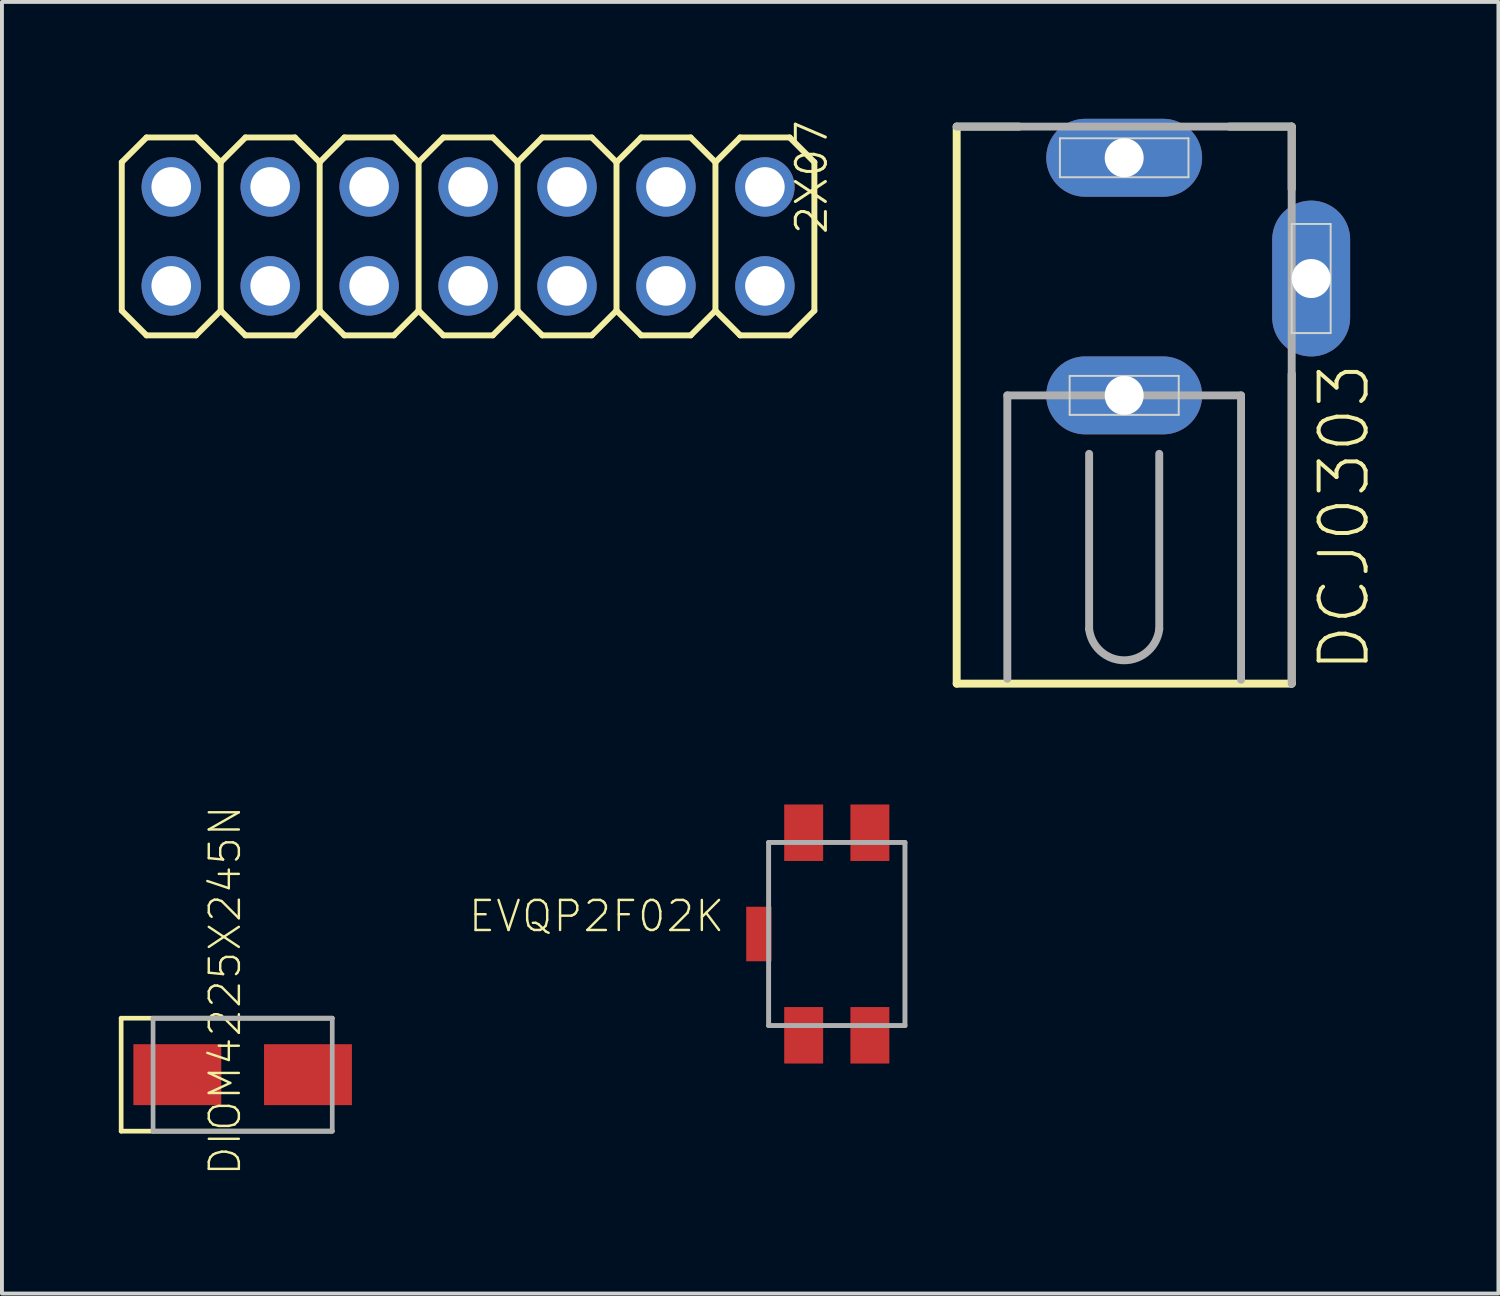
<source format=kicad_pcb>
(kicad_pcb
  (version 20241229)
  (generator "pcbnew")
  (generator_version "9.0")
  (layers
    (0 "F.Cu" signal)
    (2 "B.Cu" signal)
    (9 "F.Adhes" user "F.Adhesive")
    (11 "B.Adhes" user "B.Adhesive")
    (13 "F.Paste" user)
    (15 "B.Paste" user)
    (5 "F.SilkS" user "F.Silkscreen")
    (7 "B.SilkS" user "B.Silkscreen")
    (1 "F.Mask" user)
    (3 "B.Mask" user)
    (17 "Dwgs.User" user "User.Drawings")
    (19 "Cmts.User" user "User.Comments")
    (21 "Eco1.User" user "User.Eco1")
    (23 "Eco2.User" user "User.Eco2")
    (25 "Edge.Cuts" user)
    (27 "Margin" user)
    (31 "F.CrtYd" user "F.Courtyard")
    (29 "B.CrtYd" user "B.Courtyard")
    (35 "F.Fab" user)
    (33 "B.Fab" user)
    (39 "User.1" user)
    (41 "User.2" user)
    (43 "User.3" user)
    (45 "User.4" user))
  (footprint "DIOM4225X245N"
    (layer "F.Cu")
    (at 3.179 24.538)
    (property "Reference" "DIOM4225X245N" (at 0 -2.159 90) (layer "F.SilkS") (effects (font (size 0.772 0.772) (thickness 0.062)) (justify bottom)))
    (attr through_hole)
    (fp_line (start -3.119 -1.45) (end -3.119 1.45) (stroke (width 0.12) (type solid)) (layer "F.SilkS"))
    (fp_line (start -3.119 1.45) (end 2.3 1.45) (stroke (width 0.12) (type solid)) (layer "F.SilkS"))
    (fp_line (start 2.3 -1.45) (end -3.119 -1.45) (stroke (width 0.12) (type solid)) (layer "F.SilkS"))
    (fp_line (start -2.3 -1.45) (end 2.3 -1.45) (stroke (width 0.12) (type solid)) (layer "F.Fab"))
    (fp_line (start -2.3 1.45) (end -2.3 -1.45) (stroke (width 0.12) (type solid)) (layer "F.Fab"))
    (fp_line (start 2.3 -1.45) (end 2.3 1.45) (stroke (width 0.12) (type solid)) (layer "F.Fab"))
    (fp_line (start 2.3 1.45) (end -2.3 1.45) (stroke (width 0.12) (type solid)) (layer "F.Fab"))
    (pad "1" smd rect (at -1.677 0) (size 2.256 1.565) (layers "F.Cu" "F.Mask" "F.Paste"))
    (pad "2" smd rect (at 1.677 0) (size 2.256 1.565) (layers "F.Cu" "F.Mask" "F.Paste")))
  (footprint "DCJ0303"
    (layer "F.Cu")
    (at 25.809 4.1)
    (property "Reference" "DCJ0303" (at 6.35 10.16 90) (layer "F.SilkS") (effects (font (size 1.206 1.206) (thickness 0.102)) (justify left bottom)))
    (attr through_hole)
    (fp_line (start -4.3 -3.9) (end -4.3 10.4) (stroke (width 0.203) (type solid)) (layer "F.SilkS"))
    (fp_line (start -4.3 10.4) (end 4.3 10.4) (stroke (width 0.203) (type solid)) (layer "F.SilkS"))
    (fp_line (start -2.7 -3.9) (end -4.3 -3.9) (stroke (width 0.203) (type solid)) (layer "F.SilkS"))
    (fp_line (start 4.3 -3.9) (end 2.7 -3.9) (stroke (width 0.203) (type solid)) (layer "F.SilkS"))
    (fp_line (start 4.3 -2.3) (end 4.3 -3.9) (stroke (width 0.203) (type solid)) (layer "F.SilkS"))
    (fp_line (start 4.3 10.4) (end 4.3 2.45) (stroke (width 0.203) (type solid)) (layer "F.SilkS"))
    (fp_line (start -1.65 -3.6) (end 1.65 -3.6) (stroke (width 0.05) (type solid)) (layer "Edge.Cuts"))
    (fp_line (start -1.65 -2.6) (end -1.65 -3.6) (stroke (width 0.05) (type solid)) (layer "Edge.Cuts"))
    (fp_line (start -1.4 2.5) (end 1.4 2.5) (stroke (width 0.05) (type solid)) (layer "Edge.Cuts"))
    (fp_line (start -1.4 3.5) (end -1.4 2.5) (stroke (width 0.05) (type solid)) (layer "Edge.Cuts"))
    (fp_line (start 1.4 2.5) (end 1.4 3.5) (stroke (width 0.05) (type solid)) (layer "Edge.Cuts"))
    (fp_line (start 1.4 3.5) (end -1.4 3.5) (stroke (width 0.05) (type solid)) (layer "Edge.Cuts"))
    (fp_line (start 1.65 -3.6) (end 1.65 -2.6) (stroke (width 0.05) (type solid)) (layer "Edge.Cuts"))
    (fp_line (start 1.65 -2.6) (end -1.65 -2.6) (stroke (width 0.05) (type solid)) (layer "Edge.Cuts"))
    (fp_line (start 4.3 -1.4) (end 4.3 1.4) (stroke (width 0.05) (type solid)) (layer "Edge.Cuts"))
    (fp_line (start 4.3 1.4) (end 5.3 1.4) (stroke (width 0.05) (type solid)) (layer "Edge.Cuts"))
    (fp_line (start 5.3 -1.4) (end 4.3 -1.4) (stroke (width 0.05) (type solid)) (layer "Edge.Cuts"))
    (fp_line (start 5.3 1.4) (end 5.3 -1.4) (stroke (width 0.05) (type solid)) (layer "Edge.Cuts"))
    (fp_line (start -3 10.275) (end -3 3) (stroke (width 0.203) (type solid)) (layer "F.Fab"))
    (fp_line (start -0.9 9) (end -0.9 4.5) (stroke (width 0.203) (type solid)) (layer "F.Fab"))
    (fp_line (start 0.9 9) (end 0.9 4.5) (stroke (width 0.203) (type solid)) (layer "F.Fab"))
    (fp_line (start 3 3) (end -3 3) (stroke (width 0.203) (type solid)) (layer "F.Fab"))
    (fp_line (start 3 10.3) (end 3 3) (stroke (width 0.203) (type solid)) (layer "F.Fab"))
    (fp_line (start 4.3 -3.9) (end -4.3 -3.9) (stroke (width 0.203) (type solid)) (layer "F.Fab"))
    (fp_line (start 4.3 10.4) (end 4.3 -3.9) (stroke (width 0.203) (type solid)) (layer "F.Fab"))
    (fp_arc (start 0.9 8.999998) (mid 0.000001 9.800308) (end -0.9 9) (stroke (width 0.2032) (type solid)) (layer "F.Fab"))
    (pad "1" thru_hole oval (at 0 -3.1 180) (size 4 2) (drill 1) (layers "*.Cu" "*.Mask"))
    (pad "2" thru_hole oval (at 4.8 0 90) (size 4 2) (drill 1) (layers "*.Cu" "*.Mask"))
    (pad "3" thru_hole oval (at 0 3 180) (size 4 2) (drill 1) (layers "*.Cu" "*.Mask")))
  (footprint "EVQP2F02K"
    (layer "F.Cu")
    (at 18.431 20.927)
    (property "Reference" "EVQP2F02K" (at -2.835 -0.006 0) (layer "F.SilkS") (effects (font (size 0.772 0.772) (thickness 0.062)) (justify right bottom)))
    (attr through_hole)
    (fp_line (start -1.75 -2.35) (end 1.75 -2.35) (stroke (width 0.127) (type solid)) (layer "F.Fab"))
    (fp_line (start -1.75 2.35) (end -1.75 -2.35) (stroke (width 0.127) (type solid)) (layer "F.Fab"))
    (fp_line (start 1.75 -2.35) (end 1.75 2.35) (stroke (width 0.127) (type solid)) (layer "F.Fab"))
    (fp_line (start 1.75 2.35) (end -1.75 2.35) (stroke (width 0.127) (type solid)) (layer "F.Fab"))
    (pad "1" smd rect (at -0.85 -2.6 90) (size 1.45 1) (layers "F.Cu" "F.Mask" "F.Paste"))
    (pad "2" smd rect (at -0.85 2.6 90) (size 1.45 1) (layers "F.Cu" "F.Mask" "F.Paste"))
    (pad "3" smd rect (at 0.85 -2.6 90) (size 1.45 1) (layers "F.Cu" "F.Mask" "F.Paste"))
    (pad "4" smd rect (at 0.85 2.6 90) (size 1.45 1) (layers "F.Cu" "F.Mask" "F.Paste"))
    (pad "5" smd rect (at -2 0 90) (size 1.4 0.65) (layers "F.Cu" "F.Mask" "F.Paste")))
  (footprint "2X07"
    (layer "F.Cu")
    (at 8.966 3.019)
    (property "Reference" "2X07" (at 9.271 0 90) (layer "F.SilkS") (effects (font (size 0.772 0.772) (thickness 0.077)) (justify left bottom)))
    (attr through_hole)
    (fp_line (start -8.89 -1.905) (end -8.255 -2.54) (stroke (width 0.152) (type solid)) (layer "F.SilkS"))
    (fp_line (start -8.89 1.905) (end -8.89 -1.905) (stroke (width 0.152) (type solid)) (layer "F.SilkS"))
    (fp_line (start -8.89 1.905) (end -8.255 2.54) (stroke (width 0.152) (type solid)) (layer "F.SilkS"))
    (fp_line (start -8.255 -2.54) (end -6.985 -2.54) (stroke (width 0.152) (type solid)) (layer "F.SilkS"))
    (fp_line (start -8.255 2.54) (end -6.985 2.54) (stroke (width 0.152) (type solid)) (layer "F.SilkS"))
    (fp_line (start -6.985 -2.54) (end -6.35 -1.905) (stroke (width 0.152) (type solid)) (layer "F.SilkS"))
    (fp_line (start -6.985 2.54) (end -6.35 1.905) (stroke (width 0.152) (type solid)) (layer "F.SilkS"))
    (fp_line (start -6.35 -1.905) (end -6.35 1.905) (stroke (width 0.152) (type solid)) (layer "F.SilkS"))
    (fp_line (start -6.35 -1.905) (end -5.715 -2.54) (stroke (width 0.152) (type solid)) (layer "F.SilkS"))
    (fp_line (start -6.35 1.905) (end -5.715 2.54) (stroke (width 0.152) (type solid)) (layer "F.SilkS"))
    (fp_line (start -5.715 -2.54) (end -4.445 -2.54) (stroke (width 0.152) (type solid)) (layer "F.SilkS"))
    (fp_line (start -5.715 2.54) (end -4.445 2.54) (stroke (width 0.152) (type solid)) (layer "F.SilkS"))
    (fp_line (start -4.445 -2.54) (end -3.81 -1.905) (stroke (width 0.152) (type solid)) (layer "F.SilkS"))
    (fp_line (start -4.445 2.54) (end -3.81 1.905) (stroke (width 0.152) (type solid)) (layer "F.SilkS"))
    (fp_line (start -3.81 -1.905) (end -3.81 1.905) (stroke (width 0.152) (type solid)) (layer "F.SilkS"))
    (fp_line (start -3.81 -1.905) (end -3.175 -2.54) (stroke (width 0.152) (type solid)) (layer "F.SilkS"))
    (fp_line (start -3.81 1.905) (end -3.175 2.54) (stroke (width 0.152) (type solid)) (layer "F.SilkS"))
    (fp_line (start -3.175 -2.54) (end -1.905 -2.54) (stroke (width 0.152) (type solid)) (layer "F.SilkS"))
    (fp_line (start -3.175 2.54) (end -1.905 2.54) (stroke (width 0.152) (type solid)) (layer "F.SilkS"))
    (fp_line (start -1.905 -2.54) (end -1.27 -1.905) (stroke (width 0.152) (type solid)) (layer "F.SilkS"))
    (fp_line (start -1.905 2.54) (end -1.27 1.905) (stroke (width 0.152) (type solid)) (layer "F.SilkS"))
    (fp_line (start -1.27 -1.905) (end -1.27 1.905) (stroke (width 0.152) (type solid)) (layer "F.SilkS"))
    (fp_line (start -1.27 -1.905) (end -0.635 -2.54) (stroke (width 0.152) (type solid)) (layer "F.SilkS"))
    (fp_line (start -1.27 1.905) (end -0.635 2.54) (stroke (width 0.152) (type solid)) (layer "F.SilkS"))
    (fp_line (start -0.635 -2.54) (end 0.635 -2.54) (stroke (width 0.152) (type solid)) (layer "F.SilkS"))
    (fp_line (start -0.635 2.54) (end 0.635 2.54) (stroke (width 0.152) (type solid)) (layer "F.SilkS"))
    (fp_line (start 0.635 -2.54) (end 1.27 -1.905) (stroke (width 0.152) (type solid)) (layer "F.SilkS"))
    (fp_line (start 0.635 2.54) (end 1.27 1.905) (stroke (width 0.152) (type solid)) (layer "F.SilkS"))
    (fp_line (start 1.27 -1.905) (end 1.27 1.905) (stroke (width 0.152) (type solid)) (layer "F.SilkS"))
    (fp_line (start 1.27 -1.905) (end 1.905 -2.54) (stroke (width 0.152) (type solid)) (layer "F.SilkS"))
    (fp_line (start 1.27 1.905) (end 1.905 2.54) (stroke (width 0.152) (type solid)) (layer "F.SilkS"))
    (fp_line (start 1.905 -2.54) (end 3.175 -2.54) (stroke (width 0.152) (type solid)) (layer "F.SilkS"))
    (fp_line (start 1.905 2.54) (end 3.175 2.54) (stroke (width 0.152) (type solid)) (layer "F.SilkS"))
    (fp_line (start 3.175 -2.54) (end 3.81 -1.905) (stroke (width 0.152) (type solid)) (layer "F.SilkS"))
    (fp_line (start 3.175 2.54) (end 3.81 1.905) (stroke (width 0.152) (type solid)) (layer "F.SilkS"))
    (fp_line (start 3.81 -1.905) (end 3.81 1.905) (stroke (width 0.152) (type solid)) (layer "F.SilkS"))
    (fp_line (start 3.81 -1.905) (end 4.445 -2.54) (stroke (width 0.152) (type solid)) (layer "F.SilkS"))
    (fp_line (start 3.81 1.905) (end 4.445 2.54) (stroke (width 0.152) (type solid)) (layer "F.SilkS"))
    (fp_line (start 4.445 -2.54) (end 5.715 -2.54) (stroke (width 0.152) (type solid)) (layer "F.SilkS"))
    (fp_line (start 4.445 2.54) (end 5.715 2.54) (stroke (width 0.152) (type solid)) (layer "F.SilkS"))
    (fp_line (start 5.715 -2.54) (end 6.35 -1.905) (stroke (width 0.152) (type solid)) (layer "F.SilkS"))
    (fp_line (start 5.715 2.54) (end 6.35 1.905) (stroke (width 0.152) (type solid)) (layer "F.SilkS"))
    (fp_line (start 6.35 -1.905) (end 6.35 1.905) (stroke (width 0.152) (type solid)) (layer "F.SilkS"))
    (fp_line (start 6.35 -1.905) (end 6.985 -2.54) (stroke (width 0.152) (type solid)) (layer "F.SilkS"))
    (fp_line (start 6.35 1.905) (end 6.985 2.54) (stroke (width 0.152) (type solid)) (layer "F.SilkS"))
    (fp_line (start 6.985 -2.54) (end 8.255 -2.54) (stroke (width 0.152) (type solid)) (layer "F.SilkS"))
    (fp_line (start 6.985 2.54) (end 8.255 2.54) (stroke (width 0.152) (type solid)) (layer "F.SilkS"))
    (fp_line (start 8.255 -2.54) (end 8.89 -1.905) (stroke (width 0.152) (type solid)) (layer "F.SilkS"))
    (fp_line (start 8.255 2.54) (end 8.89 1.905) (stroke (width 0.152) (type solid)) (layer "F.SilkS"))
    (fp_line (start 8.89 -1.905) (end 8.89 1.905) (stroke (width 0.152) (type solid)) (layer "F.SilkS"))
    (fp_poly (pts (xy -7.874 -1.016) (xy -7.366 -1.016) (xy -7.366 -1.524) (xy -7.874 -1.524)) (stroke (width 0.1) (type solid)) (fill no) (layer "F.Fab"))
    (fp_poly (pts (xy -7.874 1.524) (xy -7.366 1.524) (xy -7.366 1.016) (xy -7.874 1.016)) (stroke (width 0.1) (type solid)) (fill no) (layer "F.Fab"))
    (fp_poly (pts (xy -5.334 -1.016) (xy -4.826 -1.016) (xy -4.826 -1.524) (xy -5.334 -1.524)) (stroke (width 0.1) (type solid)) (fill no) (layer "F.Fab"))
    (fp_poly (pts (xy -5.334 1.524) (xy -4.826 1.524) (xy -4.826 1.016) (xy -5.334 1.016)) (stroke (width 0.1) (type solid)) (fill no) (layer "F.Fab"))
    (fp_poly (pts (xy -2.794 -1.016) (xy -2.286 -1.016) (xy -2.286 -1.524) (xy -2.794 -1.524)) (stroke (width 0.1) (type solid)) (fill no) (layer "F.Fab"))
    (fp_poly (pts (xy -2.794 1.524) (xy -2.286 1.524) (xy -2.286 1.016) (xy -2.794 1.016)) (stroke (width 0.1) (type solid)) (fill no) (layer "F.Fab"))
    (fp_poly (pts (xy -0.254 -1.016) (xy 0.254 -1.016) (xy 0.254 -1.524) (xy -0.254 -1.524)) (stroke (width 0.1) (type solid)) (fill no) (layer "F.Fab"))
    (fp_poly (pts (xy -0.254 1.524) (xy 0.254 1.524) (xy 0.254 1.016) (xy -0.254 1.016)) (stroke (width 0.1) (type solid)) (fill no) (layer "F.Fab"))
    (fp_poly (pts (xy 2.286 -1.016) (xy 2.794 -1.016) (xy 2.794 -1.524) (xy 2.286 -1.524)) (stroke (width 0.1) (type solid)) (fill no) (layer "F.Fab"))
    (fp_poly (pts (xy 2.286 1.524) (xy 2.794 1.524) (xy 2.794 1.016) (xy 2.286 1.016)) (stroke (width 0.1) (type solid)) (fill no) (layer "F.Fab"))
    (fp_poly (pts (xy 4.826 -1.016) (xy 5.334 -1.016) (xy 5.334 -1.524) (xy 4.826 -1.524)) (stroke (width 0.1) (type solid)) (fill no) (layer "F.Fab"))
    (fp_poly (pts (xy 4.826 1.524) (xy 5.334 1.524) (xy 5.334 1.016) (xy 4.826 1.016)) (stroke (width 0.1) (type solid)) (fill no) (layer "F.Fab"))
    (fp_poly (pts (xy 7.366 -1.016) (xy 7.874 -1.016) (xy 7.874 -1.524) (xy 7.366 -1.524)) (stroke (width 0.1) (type solid)) (fill no) (layer "F.Fab"))
    (fp_poly (pts (xy 7.366 1.524) (xy 7.874 1.524) (xy 7.874 1.016) (xy 7.366 1.016)) (stroke (width 0.1) (type solid)) (fill no) (layer "F.Fab"))
    (pad "1" thru_hole circle (at -7.62 1.27) (size 1.524 1.524) (drill 1.016) (layers "*.Cu" "*.Mask"))
    (pad "2" thru_hole circle (at -7.62 -1.27) (size 1.524 1.524) (drill 1.016) (layers "*.Cu" "*.Mask"))
    (pad "3" thru_hole circle (at -5.08 1.27) (size 1.524 1.524) (drill 1.016) (layers "*.Cu" "*.Mask"))
    (pad "4" thru_hole circle (at -5.08 -1.27) (size 1.524 1.524) (drill 1.016) (layers "*.Cu" "*.Mask"))
    (pad "5" thru_hole circle (at -2.54 1.27) (size 1.524 1.524) (drill 1.016) (layers "*.Cu" "*.Mask"))
    (pad "6" thru_hole circle (at -2.54 -1.27) (size 1.524 1.524) (drill 1.016) (layers "*.Cu" "*.Mask"))
    (pad "7" thru_hole circle (at 0 1.27) (size 1.524 1.524) (drill 1.016) (layers "*.Cu" "*.Mask"))
    (pad "8" thru_hole circle (at 0 -1.27) (size 1.524 1.524) (drill 1.016) (layers "*.Cu" "*.Mask"))
    (pad "9" thru_hole circle (at 2.54 1.27) (size 1.524 1.524) (drill 1.016) (layers "*.Cu" "*.Mask"))
    (pad "10" thru_hole circle (at 2.54 -1.27) (size 1.524 1.524) (drill 1.016) (layers "*.Cu" "*.Mask"))
    (pad "11" thru_hole circle (at 5.08 1.27) (size 1.524 1.524) (drill 1.016) (layers "*.Cu" "*.Mask"))
    (pad "12" thru_hole circle (at 5.08 -1.27) (size 1.524 1.524) (drill 1.016) (layers "*.Cu" "*.Mask"))
    (pad "13" thru_hole circle (at 7.62 1.27) (size 1.524 1.524) (drill 1.016) (layers "*.Cu" "*.Mask"))
    (pad "14" thru_hole circle (at 7.62 -1.27) (size 1.524 1.524) (drill 1.016) (layers "*.Cu" "*.Mask")))
  (gr_rect
    (start -3 -3)
    (end 35.416 30.156)
    (stroke (width 0.1) (type default))
    (fill no)
    (layer "Edge.Cuts")))
</source>
